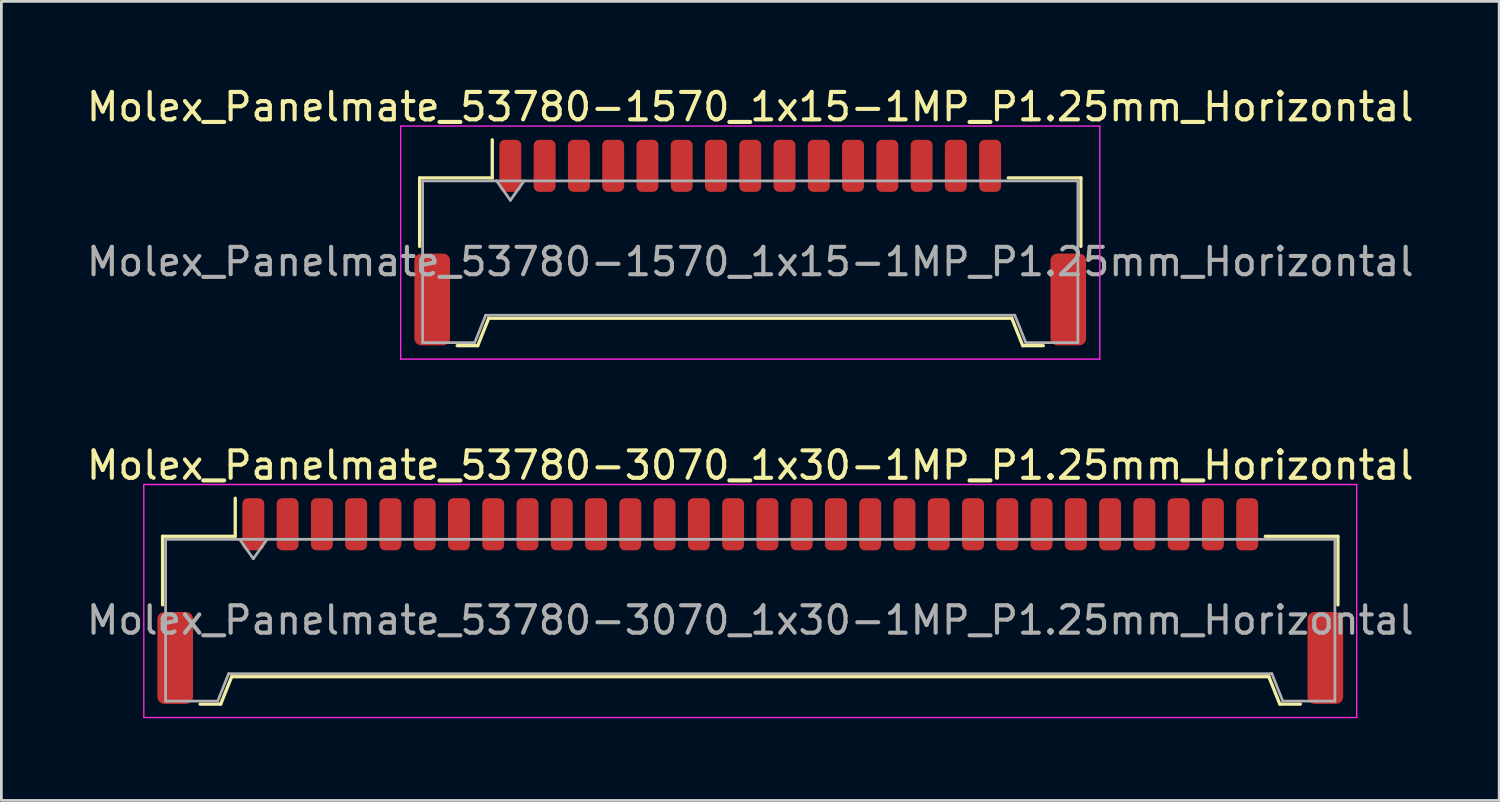
<source format=kicad_pcb>
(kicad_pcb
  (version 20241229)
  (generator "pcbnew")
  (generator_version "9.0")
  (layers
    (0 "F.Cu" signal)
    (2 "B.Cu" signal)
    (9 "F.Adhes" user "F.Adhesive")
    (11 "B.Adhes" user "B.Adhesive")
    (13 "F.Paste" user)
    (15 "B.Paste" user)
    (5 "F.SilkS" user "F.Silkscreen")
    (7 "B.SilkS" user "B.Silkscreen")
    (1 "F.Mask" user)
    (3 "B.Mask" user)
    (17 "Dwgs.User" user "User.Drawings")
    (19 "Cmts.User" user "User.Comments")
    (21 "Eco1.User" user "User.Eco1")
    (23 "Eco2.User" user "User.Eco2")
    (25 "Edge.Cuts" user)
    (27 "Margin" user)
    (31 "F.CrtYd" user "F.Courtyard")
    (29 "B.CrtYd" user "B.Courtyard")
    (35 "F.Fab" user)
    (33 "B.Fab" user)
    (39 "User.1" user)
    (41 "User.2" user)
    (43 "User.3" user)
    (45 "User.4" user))
  (footprint "Molex_Panelmate_53780-3070_1x30-1MP_P1.25mm_Horizontal"
    (layer "F.Cu")
    (at 24.315 18.872)
    (property "Reference" "Molex_Panelmate_53780-3070_1x30-1MP_P1.25mm_Horizontal" (at 0 -4.95 0) (layer "F.SilkS") (effects (font (size 1 1) (thickness 0.15))))
    (attr smd)
    (fp_line (start -21.435 -2.36) (end -18.785 -2.36) (stroke (width 0.12) (type solid)) (layer "F.SilkS"))
    (fp_line (start -21.435 0.14) (end -21.435 -2.36) (stroke (width 0.12) (type solid)) (layer "F.SilkS"))
    (fp_line (start -20.065 3.76) (end -19.315 3.76) (stroke (width 0.12) (type solid)) (layer "F.SilkS"))
    (fp_line (start -19.315 3.76) (end -18.915 2.76) (stroke (width 0.12) (type solid)) (layer "F.SilkS"))
    (fp_line (start -18.915 2.76) (end 18.915 2.76) (stroke (width 0.12) (type solid)) (layer "F.SilkS"))
    (fp_line (start -18.785 -2.36) (end -18.785 -3.75) (stroke (width 0.12) (type solid)) (layer "F.SilkS"))
    (fp_line (start 18.915 2.76) (end 19.315 3.76) (stroke (width 0.12) (type solid)) (layer "F.SilkS"))
    (fp_line (start 19.315 3.76) (end 20.065 3.76) (stroke (width 0.12) (type solid)) (layer "F.SilkS"))
    (fp_line (start 21.435 -2.36) (end 18.785 -2.36) (stroke (width 0.12) (type solid)) (layer "F.SilkS"))
    (fp_line (start 21.435 0.14) (end 21.435 -2.36) (stroke (width 0.12) (type solid)) (layer "F.SilkS"))
    (fp_line (start -22.12 -4.25) (end -22.12 4.25) (stroke (width 0.05) (type solid)) (layer "F.CrtYd"))
    (fp_line (start -22.12 4.25) (end 22.12 4.25) (stroke (width 0.05) (type solid)) (layer "F.CrtYd"))
    (fp_line (start 22.12 -4.25) (end -22.12 -4.25) (stroke (width 0.05) (type solid)) (layer "F.CrtYd"))
    (fp_line (start 22.12 4.25) (end 22.12 -4.25) (stroke (width 0.05) (type solid)) (layer "F.CrtYd"))
    (fp_line (start -21.325 -2.25) (end -21.325 3.65) (stroke (width 0.1) (type solid)) (layer "F.Fab"))
    (fp_line (start -21.325 -2.25) (end 21.325 -2.25) (stroke (width 0.1) (type solid)) (layer "F.Fab"))
    (fp_line (start -21.325 3.65) (end -19.425 3.65) (stroke (width 0.1) (type solid)) (layer "F.Fab"))
    (fp_line (start -19.425 3.65) (end -19.025 2.65) (stroke (width 0.1) (type solid)) (layer "F.Fab"))
    (fp_line (start -19.025 2.65) (end 19.025 2.65) (stroke (width 0.1) (type solid)) (layer "F.Fab"))
    (fp_line (start -18.625 -2.25) (end -18.125 -1.543) (stroke (width 0.1) (type solid)) (layer "F.Fab"))
    (fp_line (start -18.125 -1.543) (end -17.625 -2.25) (stroke (width 0.1) (type solid)) (layer "F.Fab"))
    (fp_line (start 19.025 2.65) (end 19.425 3.65) (stroke (width 0.1) (type solid)) (layer "F.Fab"))
    (fp_line (start 19.425 3.65) (end 21.325 3.65) (stroke (width 0.1) (type solid)) (layer "F.Fab"))
    (fp_line (start 21.325 -2.25) (end 21.325 3.65) (stroke (width 0.1) (type solid)) (layer "F.Fab"))
    (fp_text user "${REFERENCE}" (at 0 0.7 0) (layer "F.Fab") (effects (font (size 1 1) (thickness 0.15))))
    (pad "1" smd roundrect (at -18.125 -2.8) (size 0.8 1.9) (layers "F.Cu" "F.Mask" "F.Paste") (roundrect_rratio 0.25))
    (pad "2" smd roundrect (at -16.875 -2.8) (size 0.8 1.9) (layers "F.Cu" "F.Mask" "F.Paste") (roundrect_rratio 0.25))
    (pad "3" smd roundrect (at -15.625 -2.8) (size 0.8 1.9) (layers "F.Cu" "F.Mask" "F.Paste") (roundrect_rratio 0.25))
    (pad "4" smd roundrect (at -14.375 -2.8) (size 0.8 1.9) (layers "F.Cu" "F.Mask" "F.Paste") (roundrect_rratio 0.25))
    (pad "5" smd roundrect (at -13.125 -2.8) (size 0.8 1.9) (layers "F.Cu" "F.Mask" "F.Paste") (roundrect_rratio 0.25))
    (pad "6" smd roundrect (at -11.875 -2.8) (size 0.8 1.9) (layers "F.Cu" "F.Mask" "F.Paste") (roundrect_rratio 0.25))
    (pad "7" smd roundrect (at -10.625 -2.8) (size 0.8 1.9) (layers "F.Cu" "F.Mask" "F.Paste") (roundrect_rratio 0.25))
    (pad "8" smd roundrect (at -9.375 -2.8) (size 0.8 1.9) (layers "F.Cu" "F.Mask" "F.Paste") (roundrect_rratio 0.25))
    (pad "9" smd roundrect (at -8.125 -2.8) (size 0.8 1.9) (layers "F.Cu" "F.Mask" "F.Paste") (roundrect_rratio 0.25))
    (pad "10" smd roundrect (at -6.875 -2.8) (size 0.8 1.9) (layers "F.Cu" "F.Mask" "F.Paste") (roundrect_rratio 0.25))
    (pad "11" smd roundrect (at -5.625 -2.8) (size 0.8 1.9) (layers "F.Cu" "F.Mask" "F.Paste") (roundrect_rratio 0.25))
    (pad "12" smd roundrect (at -4.375 -2.8) (size 0.8 1.9) (layers "F.Cu" "F.Mask" "F.Paste") (roundrect_rratio 0.25))
    (pad "13" smd roundrect (at -3.125 -2.8) (size 0.8 1.9) (layers "F.Cu" "F.Mask" "F.Paste") (roundrect_rratio 0.25))
    (pad "14" smd roundrect (at -1.875 -2.8) (size 0.8 1.9) (layers "F.Cu" "F.Mask" "F.Paste") (roundrect_rratio 0.25))
    (pad "15" smd roundrect (at -0.625 -2.8) (size 0.8 1.9) (layers "F.Cu" "F.Mask" "F.Paste") (roundrect_rratio 0.25))
    (pad "16" smd roundrect (at 0.625 -2.8) (size 0.8 1.9) (layers "F.Cu" "F.Mask" "F.Paste") (roundrect_rratio 0.25))
    (pad "17" smd roundrect (at 1.875 -2.8) (size 0.8 1.9) (layers "F.Cu" "F.Mask" "F.Paste") (roundrect_rratio 0.25))
    (pad "18" smd roundrect (at 3.125 -2.8) (size 0.8 1.9) (layers "F.Cu" "F.Mask" "F.Paste") (roundrect_rratio 0.25))
    (pad "19" smd roundrect (at 4.375 -2.8) (size 0.8 1.9) (layers "F.Cu" "F.Mask" "F.Paste") (roundrect_rratio 0.25))
    (pad "20" smd roundrect (at 5.625 -2.8) (size 0.8 1.9) (layers "F.Cu" "F.Mask" "F.Paste") (roundrect_rratio 0.25))
    (pad "21" smd roundrect (at 6.875 -2.8) (size 0.8 1.9) (layers "F.Cu" "F.Mask" "F.Paste") (roundrect_rratio 0.25))
    (pad "22" smd roundrect (at 8.125 -2.8) (size 0.8 1.9) (layers "F.Cu" "F.Mask" "F.Paste") (roundrect_rratio 0.25))
    (pad "23" smd roundrect (at 9.375 -2.8) (size 0.8 1.9) (layers "F.Cu" "F.Mask" "F.Paste") (roundrect_rratio 0.25))
    (pad "24" smd roundrect (at 10.625 -2.8) (size 0.8 1.9) (layers "F.Cu" "F.Mask" "F.Paste") (roundrect_rratio 0.25))
    (pad "25" smd roundrect (at 11.875 -2.8) (size 0.8 1.9) (layers "F.Cu" "F.Mask" "F.Paste") (roundrect_rratio 0.25))
    (pad "26" smd roundrect (at 13.125 -2.8) (size 0.8 1.9) (layers "F.Cu" "F.Mask" "F.Paste") (roundrect_rratio 0.25))
    (pad "27" smd roundrect (at 14.375 -2.8) (size 0.8 1.9) (layers "F.Cu" "F.Mask" "F.Paste") (roundrect_rratio 0.25))
    (pad "28" smd roundrect (at 15.625 -2.8) (size 0.8 1.9) (layers "F.Cu" "F.Mask" "F.Paste") (roundrect_rratio 0.25))
    (pad "29" smd roundrect (at 16.875 -2.8) (size 0.8 1.9) (layers "F.Cu" "F.Mask" "F.Paste") (roundrect_rratio 0.25))
    (pad "30" smd roundrect (at 18.125 -2.8) (size 0.8 1.9) (layers "F.Cu" "F.Mask" "F.Paste") (roundrect_rratio 0.25))
    (pad "MP" smd roundrect (at -20.975 2.075) (size 1.3 3.35) (layers "F.Cu" "F.Mask" "F.Paste") (roundrect_rratio 0.192))
    (pad "MP" smd roundrect (at 20.975 2.075) (size 1.3 3.35) (layers "F.Cu" "F.Mask" "F.Paste") (roundrect_rratio 0.192)))
  (footprint "Molex_Panelmate_53780-1570_1x15-1MP_P1.25mm_Horizontal"
    (layer "F.Cu")
    (at 24.315 5.798)
    (property "Reference" "Molex_Panelmate_53780-1570_1x15-1MP_P1.25mm_Horizontal" (at 0 -4.95 0) (layer "F.SilkS") (effects (font (size 1 1) (thickness 0.15))))
    (attr smd)
    (fp_line (start -12.06 -2.36) (end -9.41 -2.36) (stroke (width 0.12) (type solid)) (layer "F.SilkS"))
    (fp_line (start -12.06 0.14) (end -12.06 -2.36) (stroke (width 0.12) (type solid)) (layer "F.SilkS"))
    (fp_line (start -10.69 3.76) (end -9.94 3.76) (stroke (width 0.12) (type solid)) (layer "F.SilkS"))
    (fp_line (start -9.94 3.76) (end -9.54 2.76) (stroke (width 0.12) (type solid)) (layer "F.SilkS"))
    (fp_line (start -9.54 2.76) (end 9.54 2.76) (stroke (width 0.12) (type solid)) (layer "F.SilkS"))
    (fp_line (start -9.41 -2.36) (end -9.41 -3.75) (stroke (width 0.12) (type solid)) (layer "F.SilkS"))
    (fp_line (start 9.54 2.76) (end 9.94 3.76) (stroke (width 0.12) (type solid)) (layer "F.SilkS"))
    (fp_line (start 9.94 3.76) (end 10.69 3.76) (stroke (width 0.12) (type solid)) (layer "F.SilkS"))
    (fp_line (start 12.06 -2.36) (end 9.41 -2.36) (stroke (width 0.12) (type solid)) (layer "F.SilkS"))
    (fp_line (start 12.06 0.14) (end 12.06 -2.36) (stroke (width 0.12) (type solid)) (layer "F.SilkS"))
    (fp_line (start -12.75 -4.25) (end -12.75 4.25) (stroke (width 0.05) (type solid)) (layer "F.CrtYd"))
    (fp_line (start -12.75 4.25) (end 12.75 4.25) (stroke (width 0.05) (type solid)) (layer "F.CrtYd"))
    (fp_line (start 12.75 -4.25) (end -12.75 -4.25) (stroke (width 0.05) (type solid)) (layer "F.CrtYd"))
    (fp_line (start 12.75 4.25) (end 12.75 -4.25) (stroke (width 0.05) (type solid)) (layer "F.CrtYd"))
    (fp_line (start -11.95 -2.25) (end -11.95 3.65) (stroke (width 0.1) (type solid)) (layer "F.Fab"))
    (fp_line (start -11.95 -2.25) (end 11.95 -2.25) (stroke (width 0.1) (type solid)) (layer "F.Fab"))
    (fp_line (start -11.95 3.65) (end -10.05 3.65) (stroke (width 0.1) (type solid)) (layer "F.Fab"))
    (fp_line (start -10.05 3.65) (end -9.65 2.65) (stroke (width 0.1) (type solid)) (layer "F.Fab"))
    (fp_line (start -9.65 2.65) (end 9.65 2.65) (stroke (width 0.1) (type solid)) (layer "F.Fab"))
    (fp_line (start -9.25 -2.25) (end -8.75 -1.543) (stroke (width 0.1) (type solid)) (layer "F.Fab"))
    (fp_line (start -8.75 -1.543) (end -8.25 -2.25) (stroke (width 0.1) (type solid)) (layer "F.Fab"))
    (fp_line (start 9.65 2.65) (end 10.05 3.65) (stroke (width 0.1) (type solid)) (layer "F.Fab"))
    (fp_line (start 10.05 3.65) (end 11.95 3.65) (stroke (width 0.1) (type solid)) (layer "F.Fab"))
    (fp_line (start 11.95 -2.25) (end 11.95 3.65) (stroke (width 0.1) (type solid)) (layer "F.Fab"))
    (fp_text user "${REFERENCE}" (at 0 0.7 0) (layer "F.Fab") (effects (font (size 1 1) (thickness 0.15))))
    (pad "1" smd roundrect (at -8.75 -2.8) (size 0.8 1.9) (layers "F.Cu" "F.Mask" "F.Paste") (roundrect_rratio 0.25))
    (pad "2" smd roundrect (at -7.5 -2.8) (size 0.8 1.9) (layers "F.Cu" "F.Mask" "F.Paste") (roundrect_rratio 0.25))
    (pad "3" smd roundrect (at -6.25 -2.8) (size 0.8 1.9) (layers "F.Cu" "F.Mask" "F.Paste") (roundrect_rratio 0.25))
    (pad "4" smd roundrect (at -5 -2.8) (size 0.8 1.9) (layers "F.Cu" "F.Mask" "F.Paste") (roundrect_rratio 0.25))
    (pad "5" smd roundrect (at -3.75 -2.8) (size 0.8 1.9) (layers "F.Cu" "F.Mask" "F.Paste") (roundrect_rratio 0.25))
    (pad "6" smd roundrect (at -2.5 -2.8) (size 0.8 1.9) (layers "F.Cu" "F.Mask" "F.Paste") (roundrect_rratio 0.25))
    (pad "7" smd roundrect (at -1.25 -2.8) (size 0.8 1.9) (layers "F.Cu" "F.Mask" "F.Paste") (roundrect_rratio 0.25))
    (pad "8" smd roundrect (at 0 -2.8) (size 0.8 1.9) (layers "F.Cu" "F.Mask" "F.Paste") (roundrect_rratio 0.25))
    (pad "9" smd roundrect (at 1.25 -2.8) (size 0.8 1.9) (layers "F.Cu" "F.Mask" "F.Paste") (roundrect_rratio 0.25))
    (pad "10" smd roundrect (at 2.5 -2.8) (size 0.8 1.9) (layers "F.Cu" "F.Mask" "F.Paste") (roundrect_rratio 0.25))
    (pad "11" smd roundrect (at 3.75 -2.8) (size 0.8 1.9) (layers "F.Cu" "F.Mask" "F.Paste") (roundrect_rratio 0.25))
    (pad "12" smd roundrect (at 5 -2.8) (size 0.8 1.9) (layers "F.Cu" "F.Mask" "F.Paste") (roundrect_rratio 0.25))
    (pad "13" smd roundrect (at 6.25 -2.8) (size 0.8 1.9) (layers "F.Cu" "F.Mask" "F.Paste") (roundrect_rratio 0.25))
    (pad "14" smd roundrect (at 7.5 -2.8) (size 0.8 1.9) (layers "F.Cu" "F.Mask" "F.Paste") (roundrect_rratio 0.25))
    (pad "15" smd roundrect (at 8.75 -2.8) (size 0.8 1.9) (layers "F.Cu" "F.Mask" "F.Paste") (roundrect_rratio 0.25))
    (pad "MP" smd roundrect (at -11.6 2.075) (size 1.3 3.35) (layers "F.Cu" "F.Mask" "F.Paste") (roundrect_rratio 0.192))
    (pad "MP" smd roundrect (at 11.6 2.075) (size 1.3 3.35) (layers "F.Cu" "F.Mask" "F.Paste") (roundrect_rratio 0.192)))
  (gr_rect
    (start -3 -3)
    (end 51.631 26.146)
    (stroke (width 0.1) (type default))
    (fill no)
    (layer "Edge.Cuts")))
</source>
